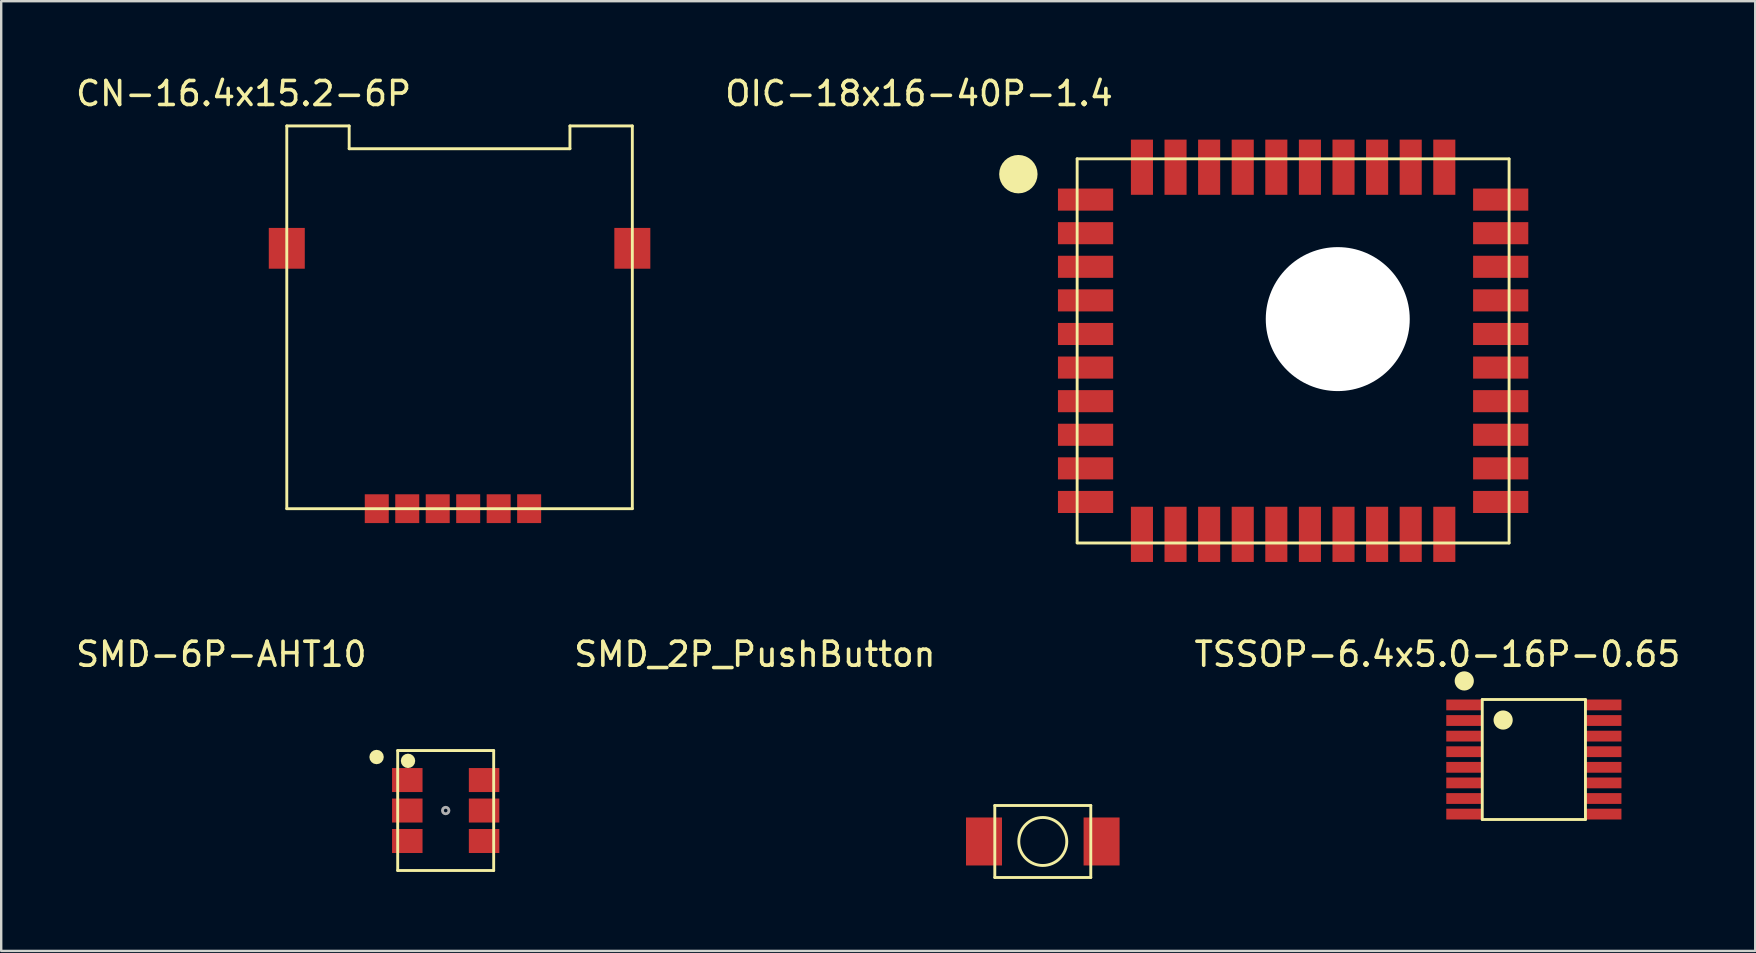
<source format=kicad_pcb>
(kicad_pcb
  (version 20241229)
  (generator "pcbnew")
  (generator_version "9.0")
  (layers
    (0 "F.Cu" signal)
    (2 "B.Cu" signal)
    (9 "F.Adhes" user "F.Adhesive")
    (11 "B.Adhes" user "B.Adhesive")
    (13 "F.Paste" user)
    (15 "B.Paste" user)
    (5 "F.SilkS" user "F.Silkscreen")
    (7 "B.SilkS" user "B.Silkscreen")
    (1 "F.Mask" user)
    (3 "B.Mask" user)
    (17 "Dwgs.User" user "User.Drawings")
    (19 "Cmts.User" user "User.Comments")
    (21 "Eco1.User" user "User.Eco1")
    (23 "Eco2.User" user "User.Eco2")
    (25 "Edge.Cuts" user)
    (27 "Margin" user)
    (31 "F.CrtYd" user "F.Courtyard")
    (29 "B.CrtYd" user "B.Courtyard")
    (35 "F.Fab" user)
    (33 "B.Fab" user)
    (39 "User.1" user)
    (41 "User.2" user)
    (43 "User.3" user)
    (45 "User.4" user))
  (footprint "SMD_2P_PushButton"
    (layer "F.Cu")
    (at 40.406 32.017)
    (property "Reference" "SMD_2P_PushButton" (at -12 -7.8 0) (layer "F.SilkS") (effects (font (size 1 1) (thickness 0.15))))
    (attr through_hole)
    (fp_line (start -2 -1.5) (end -2 1.5) (stroke (width 0.12) (type solid)) (layer "F.SilkS"))
    (fp_line (start -2 -1.5) (end 2 -1.5) (stroke (width 0.12) (type solid)) (layer "F.SilkS"))
    (fp_line (start -2 1.5) (end 2 1.5) (stroke (width 0.12) (type solid)) (layer "F.SilkS"))
    (fp_line (start 2 -1.5) (end 2 1.5) (stroke (width 0.12) (type solid)) (layer "F.SilkS"))
    (fp_circle (center 0 0) (end 1 0) (stroke (width 0.12) (type solid)) (fill no) (layer "F.SilkS"))
    (pad "1" smd rect (at -2.45 0) (size 1.5 2) (layers "F.Cu" "F.Mask" "F.Paste"))
    (pad "2" smd rect (at 2.45 0) (size 1.5 2) (layers "F.Cu" "F.Mask" "F.Paste")))
  (footprint "SMD-6P-AHT10"
    (layer "F.Cu")
    (at 15.523 30.727)
    (property "Reference" "SMD-6P-AHT10" (at -9.35 -6.51 0) (layer "F.SilkS") (effects (font (size 1 1) (thickness 0.15))))
    (attr through_hole)
    (fp_line (start -2 -2.5) (end -2 2.5) (stroke (width 0.12) (type solid)) (layer "F.SilkS"))
    (fp_line (start -2 -2.5) (end 2 -2.5) (stroke (width 0.12) (type solid)) (layer "F.SilkS"))
    (fp_line (start -2 2.5) (end 2 2.5) (stroke (width 0.12) (type solid)) (layer "F.SilkS"))
    (fp_line (start 2 -2.5) (end 2 2.5) (stroke (width 0.12) (type solid)) (layer "F.SilkS"))
    (fp_circle (center -2.88 -2.23) (end -2.73 -2.23) (stroke (width 0.3) (type solid)) (fill no) (layer "F.SilkS"))
    (fp_circle (center -1.57 -2.07) (end -1.42 -2.07) (stroke (width 0.3) (type solid)) (fill no) (layer "F.SilkS"))
    (fp_circle (center 0 0) (end 0.135 0) (stroke (width 0.12) (type solid)) (fill no) (layer "F.Fab"))
    (pad "1" smd rect (at -1.6 -1.27) (size 1.27 1) (layers "F.Cu" "F.Mask" "F.Paste"))
    (pad "2" smd rect (at -1.6 0) (size 1.27 1) (layers "F.Cu" "F.Mask" "F.Paste"))
    (pad "3" smd rect (at -1.6 1.27) (size 1.27 1) (layers "F.Cu" "F.Mask" "F.Paste"))
    (pad "4" smd rect (at 1.6 1.27) (size 1.27 1) (layers "F.Cu" "F.Mask" "F.Paste"))
    (pad "5" smd rect (at 1.6 0) (size 1.27 1) (layers "F.Cu" "F.Mask" "F.Paste"))
    (pad "6" smd rect (at 1.6 -1.27) (size 1.27 1) (layers "F.Cu" "F.Mask" "F.Paste")))
  (footprint "OIC-18x16-40P-1.4"
    (layer "F.Cu")
    (at 42.188 5.268)
    (property "Reference" "OIC-18x16-40P-1.4" (at -6.94 -4.42 0) (layer "F.SilkS") (effects (font (size 1 1) (thickness 0.15))))
    (attr smd)
    (fp_line (start -0.35 -1.7) (end -0.35 14.3) (stroke (width 0.12) (type solid)) (layer "F.SilkS"))
    (fp_line (start -0.35 -1.7) (end 17.65 -1.7) (stroke (width 0.12) (type solid)) (layer "F.SilkS"))
    (fp_line (start -0.35 14.31) (end 17.65 14.31) (stroke (width 0.12) (type solid)) (layer "F.SilkS"))
    (fp_line (start 17.65 -1.69) (end 17.65 14.31) (stroke (width 0.12) (type solid)) (layer "F.SilkS"))
    (fp_circle (center -2.8 -1.06) (end -2.4 -1.06) (stroke (width 0.8) (type solid)) (fill no) (layer "F.SilkS"))
    (pad "" np_thru_hole circle (at 10.51 4.98 270) (size 6 6) (drill 6) (layers "*.Cu" "*.Mask"))
    (pad "1" smd rect (at 0 0) (size 2.3 0.92) (layers "F.Cu" "F.Mask" "F.Paste"))
    (pad "2" smd rect (at 0 1.4) (size 2.3 0.92) (layers "F.Cu" "F.Mask" "F.Paste"))
    (pad "3" smd rect (at 0 2.8) (size 2.3 0.92) (layers "F.Cu" "F.Mask" "F.Paste"))
    (pad "4" smd rect (at 0 4.2) (size 2.3 0.92) (layers "F.Cu" "F.Mask" "F.Paste"))
    (pad "5" smd rect (at 0 5.6) (size 2.3 0.92) (layers "F.Cu" "F.Mask" "F.Paste"))
    (pad "6" smd rect (at 0 7) (size 2.3 0.92) (layers "F.Cu" "F.Mask" "F.Paste"))
    (pad "7" smd rect (at 0 8.4) (size 2.3 0.92) (layers "F.Cu" "F.Mask" "F.Paste"))
    (pad "8" smd rect (at 0 9.8) (size 2.3 0.92) (layers "F.Cu" "F.Mask" "F.Paste"))
    (pad "9" smd rect (at 0 11.2) (size 2.3 0.92) (layers "F.Cu" "F.Mask" "F.Paste"))
    (pad "10" smd rect (at 0 12.6) (size 2.3 0.92) (layers "F.Cu" "F.Mask" "F.Paste"))
    (pad "11" smd rect (at 2.35 13.95 90) (size 2.3 0.92) (layers "F.Cu" "F.Mask" "F.Paste"))
    (pad "12" smd rect (at 3.75 13.95 90) (size 2.3 0.92) (layers "F.Cu" "F.Mask" "F.Paste"))
    (pad "13" smd rect (at 5.15 13.95 90) (size 2.3 0.92) (layers "F.Cu" "F.Mask" "F.Paste"))
    (pad "14" smd rect (at 6.55 13.95 90) (size 2.3 0.92) (layers "F.Cu" "F.Mask" "F.Paste"))
    (pad "15" smd rect (at 7.95 13.95 90) (size 2.3 0.92) (layers "F.Cu" "F.Mask" "F.Paste"))
    (pad "16" smd rect (at 9.35 13.95 90) (size 2.3 0.92) (layers "F.Cu" "F.Mask" "F.Paste"))
    (pad "17" smd rect (at 10.75 13.95 90) (size 2.3 0.92) (layers "F.Cu" "F.Mask" "F.Paste"))
    (pad "18" smd rect (at 12.15 13.95 90) (size 2.3 0.92) (layers "F.Cu" "F.Mask" "F.Paste"))
    (pad "19" smd rect (at 13.55 13.95 90) (size 2.3 0.92) (layers "F.Cu" "F.Mask" "F.Paste"))
    (pad "20" smd rect (at 14.95 13.95 90) (size 2.3 0.92) (layers "F.Cu" "F.Mask" "F.Paste"))
    (pad "21" smd rect (at 17.3 12.6 180) (size 2.3 0.92) (layers "F.Cu" "F.Mask" "F.Paste"))
    (pad "22" smd rect (at 17.3 11.2 180) (size 2.3 0.92) (layers "F.Cu" "F.Mask" "F.Paste"))
    (pad "23" smd rect (at 17.3 9.8 180) (size 2.3 0.92) (layers "F.Cu" "F.Mask" "F.Paste"))
    (pad "24" smd rect (at 17.3 8.4 180) (size 2.3 0.92) (layers "F.Cu" "F.Mask" "F.Paste"))
    (pad "25" smd rect (at 17.3 7 180) (size 2.3 0.92) (layers "F.Cu" "F.Mask" "F.Paste"))
    (pad "26" smd rect (at 17.3 5.6 180) (size 2.3 0.92) (layers "F.Cu" "F.Mask" "F.Paste"))
    (pad "27" smd rect (at 17.3 4.2 180) (size 2.3 0.92) (layers "F.Cu" "F.Mask" "F.Paste"))
    (pad "28" smd rect (at 17.3 2.8 180) (size 2.3 0.92) (layers "F.Cu" "F.Mask" "F.Paste"))
    (pad "29" smd rect (at 17.3 1.4 180) (size 2.3 0.92) (layers "F.Cu" "F.Mask" "F.Paste"))
    (pad "30" smd rect (at 17.3 0 180) (size 2.3 0.92) (layers "F.Cu" "F.Mask" "F.Paste"))
    (pad "31" smd rect (at 14.95 -1.35 270) (size 2.3 0.92) (layers "F.Cu" "F.Mask" "F.Paste"))
    (pad "32" smd rect (at 13.55 -1.35 270) (size 2.3 0.92) (layers "F.Cu" "F.Mask" "F.Paste"))
    (pad "33" smd rect (at 12.15 -1.35 270) (size 2.3 0.92) (layers "F.Cu" "F.Mask" "F.Paste"))
    (pad "34" smd rect (at 10.75 -1.35 270) (size 2.3 0.92) (layers "F.Cu" "F.Mask" "F.Paste"))
    (pad "35" smd rect (at 9.35 -1.35 270) (size 2.3 0.92) (layers "F.Cu" "F.Mask" "F.Paste"))
    (pad "36" smd rect (at 7.95 -1.35 270) (size 2.3 0.92) (layers "F.Cu" "F.Mask" "F.Paste"))
    (pad "37" smd rect (at 6.55 -1.35 270) (size 2.3 0.92) (layers "F.Cu" "F.Mask" "F.Paste"))
    (pad "38" smd rect (at 5.15 -1.35 270) (size 2.3 0.92) (layers "F.Cu" "F.Mask" "F.Paste"))
    (pad "39" smd rect (at 3.75 -1.35 270) (size 2.3 0.92) (layers "F.Cu" "F.Mask" "F.Paste"))
    (pad "40" smd rect (at 2.35 -1.35 270) (size 2.3 0.92) (layers "F.Cu" "F.Mask" "F.Paste")))
  (footprint "CN-16.4x15.2-6P"
    (layer "F.Cu")
    (at 16.101 18.148)
    (property "Reference" "CN-16.4x15.2-6P" (at -9 -17.3 0) (layer "F.SilkS") (effects (font (size 1 1) (thickness 0.15))))
    (attr smd)
    (fp_line (start -7.2 -15.95) (end -4.6 -15.95) (stroke (width 0.12) (type solid)) (layer "F.SilkS"))
    (fp_line (start -7.2 0) (end -7.2 -15.95) (stroke (width 0.12) (type solid)) (layer "F.SilkS"))
    (fp_line (start -7.2 0) (end 7.2 0) (stroke (width 0.12) (type solid)) (layer "F.SilkS"))
    (fp_line (start -4.6 -15) (end -4.6 -15.95) (stroke (width 0.12) (type solid)) (layer "F.SilkS"))
    (fp_line (start -4.6 -15) (end 4.6 -15) (stroke (width 0.12) (type solid)) (layer "F.SilkS"))
    (fp_line (start 4.6 -15.95) (end 7.2 -15.95) (stroke (width 0.12) (type solid)) (layer "F.SilkS"))
    (fp_line (start 4.6 -15) (end 4.6 -15.95) (stroke (width 0.12) (type solid)) (layer "F.SilkS"))
    (fp_line (start 7.2 0) (end 7.2 -15.95) (stroke (width 0.12) (type solid)) (layer "F.SilkS"))
    (pad "0" smd rect (at -7.2 -10.85) (size 1.5 1.7) (layers "F.Cu" "F.Mask" "F.Paste"))
    (pad "0" smd rect (at 7.2 -10.85) (size 1.5 1.7) (layers "F.Cu" "F.Mask" "F.Paste"))
    (pad "1" smd rect (at -2.18 0) (size 1 1.2) (layers "F.Cu" "F.Mask" "F.Paste"))
    (pad "2" smd rect (at -3.45 0) (size 1 1.2) (layers "F.Cu" "F.Mask" "F.Paste"))
    (pad "3" smd rect (at 0.36 0) (size 1 1.2) (layers "F.Cu" "F.Mask" "F.Paste"))
    (pad "4" smd rect (at -0.91 0) (size 1 1.2) (layers "F.Cu" "F.Mask" "F.Paste"))
    (pad "5" smd rect (at 2.9 0) (size 1 1.2) (layers "F.Cu" "F.Mask" "F.Paste"))
    (pad "6" smd rect (at 1.63 0) (size 1 1.2) (layers "F.Cu" "F.Mask" "F.Paste")))
  (footprint "TSSOP-6.4x5.0-16P-0.65"
    (layer "F.Cu")
    (at 60.97 28.526)
    (property "Reference" "TSSOP-6.4x5.0-16P-0.65" (at -4.12 -4.31 0) (layer "F.SilkS") (effects (font (size 1 1) (thickness 0.15))))
    (attr smd)
    (fp_line (start -2.25 -2.425) (end -2.25 2.575) (stroke (width 0.12) (type solid)) (layer "F.SilkS"))
    (fp_line (start -2.25 -2.425) (end 2.05 -2.425) (stroke (width 0.12) (type solid)) (layer "F.SilkS"))
    (fp_line (start -2.25 2.575) (end 2.05 2.575) (stroke (width 0.12) (type solid)) (layer "F.SilkS"))
    (fp_line (start 2.05 -2.425) (end 2.05 2.575) (stroke (width 0.12) (type solid)) (layer "F.SilkS"))
    (fp_circle (center -3 -3.2) (end -2.8 -3.2) (stroke (width 0.4) (type solid)) (fill no) (layer "F.SilkS"))
    (fp_circle (center -1.38 -1.57) (end -1.18 -1.57) (stroke (width 0.4) (type solid)) (fill no) (layer "F.SilkS"))
    (pad "1" smd rect (at -3 -2.2) (size 1.5 0.45) (layers "F.Cu" "F.Mask" "F.Paste"))
    (pad "2" smd rect (at -3 -1.55) (size 1.5 0.45) (layers "F.Cu" "F.Mask" "F.Paste"))
    (pad "3" smd rect (at -3 -0.9) (size 1.5 0.45) (layers "F.Cu" "F.Mask" "F.Paste"))
    (pad "4" smd rect (at -3 -0.25) (size 1.5 0.45) (layers "F.Cu" "F.Mask" "F.Paste"))
    (pad "5" smd rect (at -3 0.4) (size 1.5 0.45) (layers "F.Cu" "F.Mask" "F.Paste"))
    (pad "6" smd rect (at -3 1.05) (size 1.5 0.45) (layers "F.Cu" "F.Mask" "F.Paste"))
    (pad "7" smd rect (at -3 1.7) (size 1.5 0.45) (layers "F.Cu" "F.Mask" "F.Paste"))
    (pad "8" smd rect (at -3 2.35) (size 1.5 0.45) (layers "F.Cu" "F.Mask" "F.Paste"))
    (pad "9" smd rect (at 2.8 2.35) (size 1.5 0.45) (layers "F.Cu" "F.Mask" "F.Paste"))
    (pad "10" smd rect (at 2.8 1.7) (size 1.5 0.45) (layers "F.Cu" "F.Mask" "F.Paste"))
    (pad "11" smd rect (at 2.8 1.05) (size 1.5 0.45) (layers "F.Cu" "F.Mask" "F.Paste"))
    (pad "12" smd rect (at 2.8 0.4) (size 1.5 0.45) (layers "F.Cu" "F.Mask" "F.Paste"))
    (pad "13" smd rect (at 2.8 -0.25) (size 1.5 0.45) (layers "F.Cu" "F.Mask" "F.Paste"))
    (pad "14" smd rect (at 2.8 -0.9) (size 1.5 0.45) (layers "F.Cu" "F.Mask" "F.Paste"))
    (pad "15" smd rect (at 2.8 -1.55) (size 1.5 0.45) (layers "F.Cu" "F.Mask" "F.Paste"))
    (pad "16" smd rect (at 2.8 -2.2) (size 1.5 0.45) (layers "F.Cu" "F.Mask" "F.Paste")))
  (gr_rect
    (start -3 -3)
    (end 70.095 36.577)
    (stroke (width 0.1) (type default))
    (fill no)
    (layer "Edge.Cuts")))
</source>
